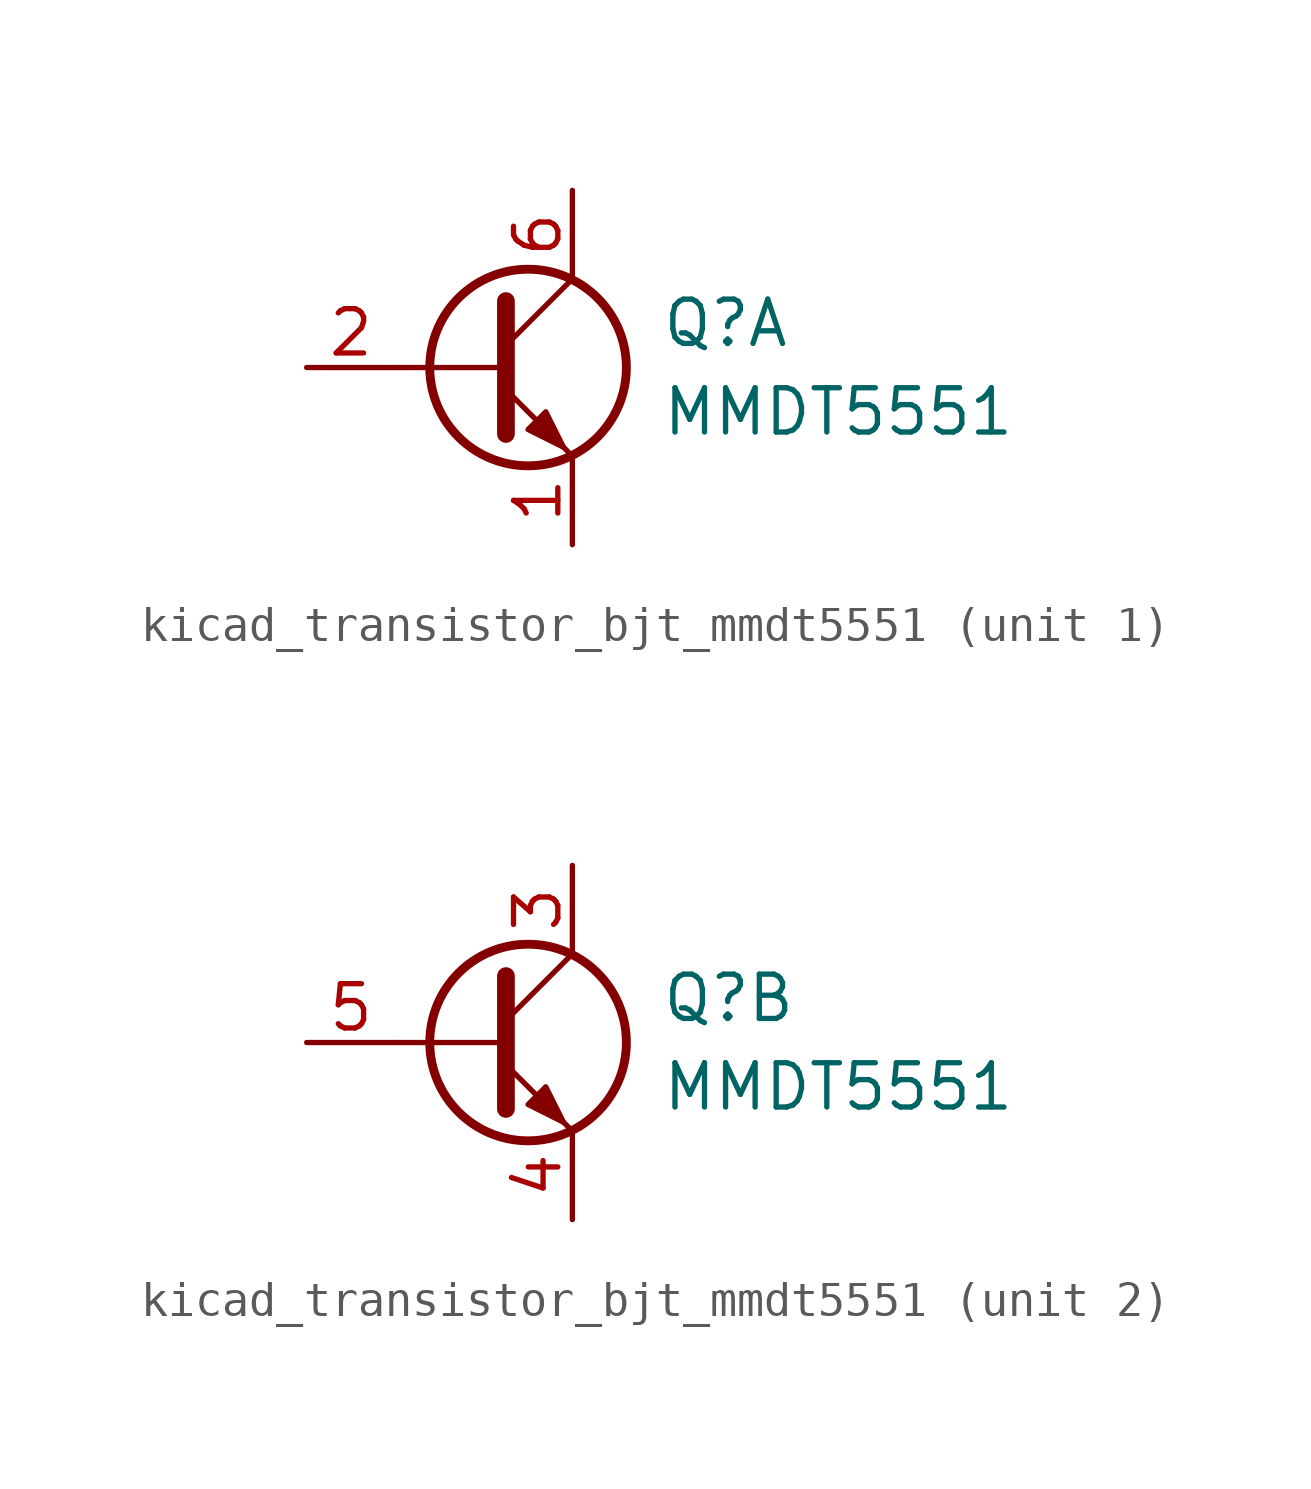
<source format=kicad_sym>
(kicad_symbol_lib
  (version 20220914)
  (generator kicad_symbol_editor)
  (symbol "kicad_transistor_bjt_mmdt5551"
    (pin_names
      (offset 0) hide)
    (property "Reference" "Q"
      (at 5.08 1.27 0)
      (effects (font (size 1.27 1.27)) (justify left)))
    (property "Value" "MMDT5551"
      (at 5.08 -1.27 0)
      (effects (font (size 1.27 1.27)) (justify left)))
    (property "ki_locked" ""
      (at 0 0 0)
      (effects (font (size 1.27 1.27))))
    (symbol "kicad_transistor_bjt_mmdt5551_0_1"
      (polyline (pts (xy 0.635 0) (xy -2.54 0)) (stroke (width 0) (type default)) (fill (type none)))
      (polyline (pts (xy 0.635 0.635) (xy 2.54 2.54)) (stroke (width 0) (type default)) (fill (type none)))
      (polyline (pts (xy 0.635 -0.635) (xy 2.54 -2.54) (xy 2.54 -2.54)) (stroke (width 0) (type default)) (fill (type none)))
      (polyline (pts (xy 0.635 1.905) (xy 0.635 -1.905) (xy 0.635 -1.905)) (stroke (width 0.508) (type default)) (fill (type none)))
      (polyline (pts (xy 1.27 -1.778) (xy 1.778 -1.27) (xy 2.286 -2.286) (xy 1.27 -1.778) (xy 1.27 -1.778)) (stroke (width 0) (type default)) (fill (type outline)))
      (circle (center 1.27 0) (radius 2.819) (stroke (width 0.254) (type default)) (fill (type none))))
    (symbol "kicad_transistor_bjt_mmdt5551_1_1"
      (pin passive line (at 2.54 -5.08 90) (length 2.54) (name "E1" (effects (font (size 1.27 1.27)))) (number "1" (effects (font (size 1.27 1.27)))))
      (pin input line (at -5.08 0 0) (length 2.54) (name "B1" (effects (font (size 1.27 1.27)))) (number "2" (effects (font (size 1.27 1.27)))))
      (pin passive line (at 2.54 5.08 270) (length 2.54) (name "C1" (effects (font (size 1.27 1.27)))) (number "6" (effects (font (size 1.27 1.27))))))
    (symbol "kicad_transistor_bjt_mmdt5551_2_1"
      (pin passive line (at 2.54 5.08 270) (length 2.54) (name "C2" (effects (font (size 1.27 1.27)))) (number "3" (effects (font (size 1.27 1.27)))))
      (pin passive line (at 2.54 -5.08 90) (length 2.54) (name "E2" (effects (font (size 1.27 1.27)))) (number "4" (effects (font (size 1.27 1.27)))))
      (pin input line (at -5.08 0 0) (length 2.54) (name "B2" (effects (font (size 1.27 1.27)))) (number "5" (effects (font (size 1.27 1.27))))))))
</source>
